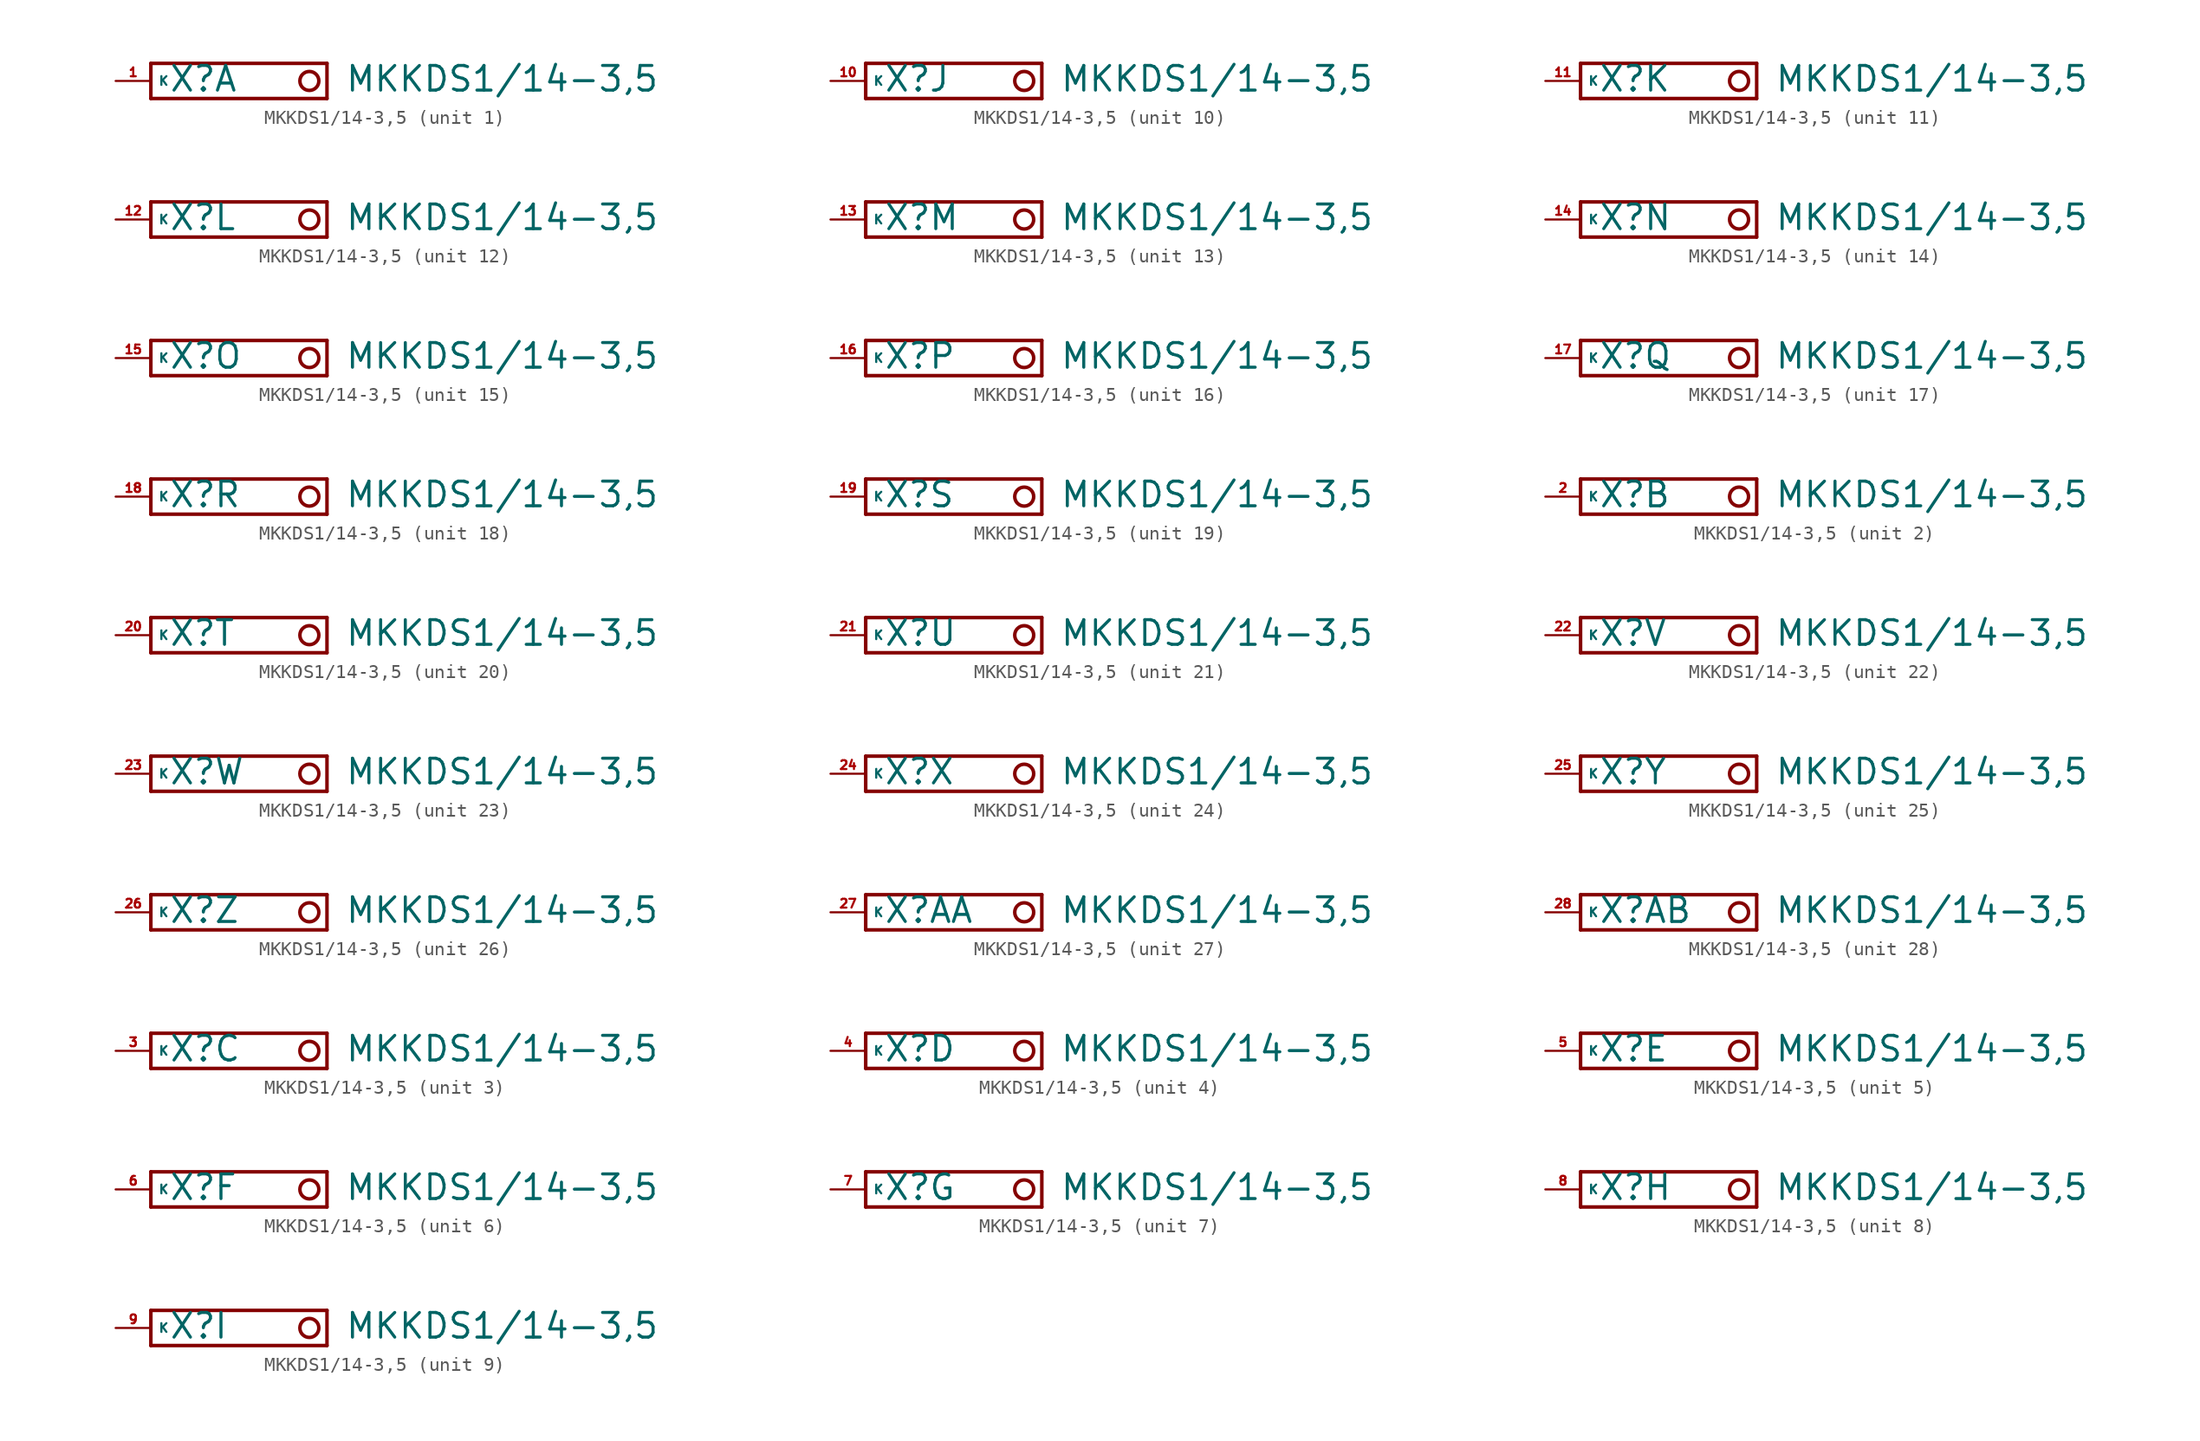
<source format=kicad_sym>
(kicad_symbol_lib
  (version 20220914)
  (generator Eagle2Kicad)
  (symbol "MKKDS1/14-3,5"
    (property "Reference" "X"
      (at 1.27 -0.889 0)
      (effects (font (size 1.778 1.778) (thickness 0.22)) (justify left bottom)))
    (property "Value" "MKKDS1/14-3,5"
      (at 13.97 -0.889 0)
      (effects (font (size 1.778 1.778) (thickness 0.22)) (justify left bottom)))
    (symbol "MKKDS1/14-3,5_1_0"
      (polyline (pts (xy 0 -1.27) (xy 0 1.27)) (stroke (width 0.254) (type default)) (fill (type none)))
      (polyline (pts (xy 12.7 -1.27) (xy 0 -1.27)) (stroke (width 0.254) (type default)) (fill (type none)))
      (polyline (pts (xy 12.7 -1.27) (xy 12.7 1.27)) (stroke (width 0.254) (type default)) (fill (type none)))
      (polyline (pts (xy 0 1.27) (xy 12.7 1.27)) (stroke (width 0.254) (type default)) (fill (type none)))
      (circle (center 11.43 0) (radius 0.684) (stroke (width 0.254) (type default)) (fill (type none)))
      (pin passive line (at -2.54 0 0) (length 2.54) (name "K" (effects (font (size 0.635 0.635) (thickness 0.08)) (justify left bottom))) (number "1" (effects (font (size 0.635 0.635) (thickness 0.08)) (justify left bottom)))))
    (symbol "MKKDS1/14-3,5_2_0"
      (polyline (pts (xy 0 -1.27) (xy 0 1.27)) (stroke (width 0.254) (type default)) (fill (type none)))
      (polyline (pts (xy 12.7 -1.27) (xy 0 -1.27)) (stroke (width 0.254) (type default)) (fill (type none)))
      (polyline (pts (xy 12.7 -1.27) (xy 12.7 1.27)) (stroke (width 0.254) (type default)) (fill (type none)))
      (polyline (pts (xy 0 1.27) (xy 12.7 1.27)) (stroke (width 0.254) (type default)) (fill (type none)))
      (circle (center 11.43 0) (radius 0.684) (stroke (width 0.254) (type default)) (fill (type none)))
      (pin passive line (at -2.54 0 0) (length 2.54) (name "K" (effects (font (size 0.635 0.635) (thickness 0.08)) (justify left bottom))) (number "2" (effects (font (size 0.635 0.635) (thickness 0.08)) (justify left bottom)))))
    (symbol "MKKDS1/14-3,5_3_0"
      (polyline (pts (xy 0 -1.27) (xy 0 1.27)) (stroke (width 0.254) (type default)) (fill (type none)))
      (polyline (pts (xy 12.7 -1.27) (xy 0 -1.27)) (stroke (width 0.254) (type default)) (fill (type none)))
      (polyline (pts (xy 12.7 -1.27) (xy 12.7 1.27)) (stroke (width 0.254) (type default)) (fill (type none)))
      (polyline (pts (xy 0 1.27) (xy 12.7 1.27)) (stroke (width 0.254) (type default)) (fill (type none)))
      (circle (center 11.43 0) (radius 0.684) (stroke (width 0.254) (type default)) (fill (type none)))
      (pin passive line (at -2.54 0 0) (length 2.54) (name "K" (effects (font (size 0.635 0.635) (thickness 0.08)) (justify left bottom))) (number "3" (effects (font (size 0.635 0.635) (thickness 0.08)) (justify left bottom)))))
    (symbol "MKKDS1/14-3,5_4_0"
      (polyline (pts (xy 0 -1.27) (xy 0 1.27)) (stroke (width 0.254) (type default)) (fill (type none)))
      (polyline (pts (xy 12.7 -1.27) (xy 0 -1.27)) (stroke (width 0.254) (type default)) (fill (type none)))
      (polyline (pts (xy 12.7 -1.27) (xy 12.7 1.27)) (stroke (width 0.254) (type default)) (fill (type none)))
      (polyline (pts (xy 0 1.27) (xy 12.7 1.27)) (stroke (width 0.254) (type default)) (fill (type none)))
      (circle (center 11.43 0) (radius 0.684) (stroke (width 0.254) (type default)) (fill (type none)))
      (pin passive line (at -2.54 0 0) (length 2.54) (name "K" (effects (font (size 0.635 0.635) (thickness 0.08)) (justify left bottom))) (number "4" (effects (font (size 0.635 0.635) (thickness 0.08)) (justify left bottom)))))
    (symbol "MKKDS1/14-3,5_5_0"
      (polyline (pts (xy 0 -1.27) (xy 0 1.27)) (stroke (width 0.254) (type default)) (fill (type none)))
      (polyline (pts (xy 12.7 -1.27) (xy 0 -1.27)) (stroke (width 0.254) (type default)) (fill (type none)))
      (polyline (pts (xy 12.7 -1.27) (xy 12.7 1.27)) (stroke (width 0.254) (type default)) (fill (type none)))
      (polyline (pts (xy 0 1.27) (xy 12.7 1.27)) (stroke (width 0.254) (type default)) (fill (type none)))
      (circle (center 11.43 0) (radius 0.684) (stroke (width 0.254) (type default)) (fill (type none)))
      (pin passive line (at -2.54 0 0) (length 2.54) (name "K" (effects (font (size 0.635 0.635) (thickness 0.08)) (justify left bottom))) (number "5" (effects (font (size 0.635 0.635) (thickness 0.08)) (justify left bottom)))))
    (symbol "MKKDS1/14-3,5_6_0"
      (polyline (pts (xy 0 -1.27) (xy 0 1.27)) (stroke (width 0.254) (type default)) (fill (type none)))
      (polyline (pts (xy 12.7 -1.27) (xy 0 -1.27)) (stroke (width 0.254) (type default)) (fill (type none)))
      (polyline (pts (xy 12.7 -1.27) (xy 12.7 1.27)) (stroke (width 0.254) (type default)) (fill (type none)))
      (polyline (pts (xy 0 1.27) (xy 12.7 1.27)) (stroke (width 0.254) (type default)) (fill (type none)))
      (circle (center 11.43 0) (radius 0.684) (stroke (width 0.254) (type default)) (fill (type none)))
      (pin passive line (at -2.54 0 0) (length 2.54) (name "K" (effects (font (size 0.635 0.635) (thickness 0.08)) (justify left bottom))) (number "6" (effects (font (size 0.635 0.635) (thickness 0.08)) (justify left bottom)))))
    (symbol "MKKDS1/14-3,5_7_0"
      (polyline (pts (xy 0 -1.27) (xy 0 1.27)) (stroke (width 0.254) (type default)) (fill (type none)))
      (polyline (pts (xy 12.7 -1.27) (xy 0 -1.27)) (stroke (width 0.254) (type default)) (fill (type none)))
      (polyline (pts (xy 12.7 -1.27) (xy 12.7 1.27)) (stroke (width 0.254) (type default)) (fill (type none)))
      (polyline (pts (xy 0 1.27) (xy 12.7 1.27)) (stroke (width 0.254) (type default)) (fill (type none)))
      (circle (center 11.43 0) (radius 0.684) (stroke (width 0.254) (type default)) (fill (type none)))
      (pin passive line (at -2.54 0 0) (length 2.54) (name "K" (effects (font (size 0.635 0.635) (thickness 0.08)) (justify left bottom))) (number "7" (effects (font (size 0.635 0.635) (thickness 0.08)) (justify left bottom)))))
    (symbol "MKKDS1/14-3,5_8_0"
      (polyline (pts (xy 0 -1.27) (xy 0 1.27)) (stroke (width 0.254) (type default)) (fill (type none)))
      (polyline (pts (xy 12.7 -1.27) (xy 0 -1.27)) (stroke (width 0.254) (type default)) (fill (type none)))
      (polyline (pts (xy 12.7 -1.27) (xy 12.7 1.27)) (stroke (width 0.254) (type default)) (fill (type none)))
      (polyline (pts (xy 0 1.27) (xy 12.7 1.27)) (stroke (width 0.254) (type default)) (fill (type none)))
      (circle (center 11.43 0) (radius 0.684) (stroke (width 0.254) (type default)) (fill (type none)))
      (pin passive line (at -2.54 0 0) (length 2.54) (name "K" (effects (font (size 0.635 0.635) (thickness 0.08)) (justify left bottom))) (number "8" (effects (font (size 0.635 0.635) (thickness 0.08)) (justify left bottom)))))
    (symbol "MKKDS1/14-3,5_9_0"
      (polyline (pts (xy 0 -1.27) (xy 0 1.27)) (stroke (width 0.254) (type default)) (fill (type none)))
      (polyline (pts (xy 12.7 -1.27) (xy 0 -1.27)) (stroke (width 0.254) (type default)) (fill (type none)))
      (polyline (pts (xy 12.7 -1.27) (xy 12.7 1.27)) (stroke (width 0.254) (type default)) (fill (type none)))
      (polyline (pts (xy 0 1.27) (xy 12.7 1.27)) (stroke (width 0.254) (type default)) (fill (type none)))
      (circle (center 11.43 0) (radius 0.684) (stroke (width 0.254) (type default)) (fill (type none)))
      (pin passive line (at -2.54 0 0) (length 2.54) (name "K" (effects (font (size 0.635 0.635) (thickness 0.08)) (justify left bottom))) (number "9" (effects (font (size 0.635 0.635) (thickness 0.08)) (justify left bottom)))))
    (symbol "MKKDS1/14-3,5_10_0"
      (polyline (pts (xy 0 -1.27) (xy 0 1.27)) (stroke (width 0.254) (type default)) (fill (type none)))
      (polyline (pts (xy 12.7 -1.27) (xy 0 -1.27)) (stroke (width 0.254) (type default)) (fill (type none)))
      (polyline (pts (xy 12.7 -1.27) (xy 12.7 1.27)) (stroke (width 0.254) (type default)) (fill (type none)))
      (polyline (pts (xy 0 1.27) (xy 12.7 1.27)) (stroke (width 0.254) (type default)) (fill (type none)))
      (circle (center 11.43 0) (radius 0.684) (stroke (width 0.254) (type default)) (fill (type none)))
      (pin passive line (at -2.54 0 0) (length 2.54) (name "K" (effects (font (size 0.635 0.635) (thickness 0.08)) (justify left bottom))) (number "10" (effects (font (size 0.635 0.635) (thickness 0.08)) (justify left bottom)))))
    (symbol "MKKDS1/14-3,5_11_0"
      (polyline (pts (xy 0 -1.27) (xy 0 1.27)) (stroke (width 0.254) (type default)) (fill (type none)))
      (polyline (pts (xy 12.7 -1.27) (xy 0 -1.27)) (stroke (width 0.254) (type default)) (fill (type none)))
      (polyline (pts (xy 12.7 -1.27) (xy 12.7 1.27)) (stroke (width 0.254) (type default)) (fill (type none)))
      (polyline (pts (xy 0 1.27) (xy 12.7 1.27)) (stroke (width 0.254) (type default)) (fill (type none)))
      (circle (center 11.43 0) (radius 0.684) (stroke (width 0.254) (type default)) (fill (type none)))
      (pin passive line (at -2.54 0 0) (length 2.54) (name "K" (effects (font (size 0.635 0.635) (thickness 0.08)) (justify left bottom))) (number "11" (effects (font (size 0.635 0.635) (thickness 0.08)) (justify left bottom)))))
    (symbol "MKKDS1/14-3,5_12_0"
      (polyline (pts (xy 0 -1.27) (xy 0 1.27)) (stroke (width 0.254) (type default)) (fill (type none)))
      (polyline (pts (xy 12.7 -1.27) (xy 0 -1.27)) (stroke (width 0.254) (type default)) (fill (type none)))
      (polyline (pts (xy 12.7 -1.27) (xy 12.7 1.27)) (stroke (width 0.254) (type default)) (fill (type none)))
      (polyline (pts (xy 0 1.27) (xy 12.7 1.27)) (stroke (width 0.254) (type default)) (fill (type none)))
      (circle (center 11.43 0) (radius 0.684) (stroke (width 0.254) (type default)) (fill (type none)))
      (pin passive line (at -2.54 0 0) (length 2.54) (name "K" (effects (font (size 0.635 0.635) (thickness 0.08)) (justify left bottom))) (number "12" (effects (font (size 0.635 0.635) (thickness 0.08)) (justify left bottom)))))
    (symbol "MKKDS1/14-3,5_13_0"
      (polyline (pts (xy 0 -1.27) (xy 0 1.27)) (stroke (width 0.254) (type default)) (fill (type none)))
      (polyline (pts (xy 12.7 -1.27) (xy 0 -1.27)) (stroke (width 0.254) (type default)) (fill (type none)))
      (polyline (pts (xy 12.7 -1.27) (xy 12.7 1.27)) (stroke (width 0.254) (type default)) (fill (type none)))
      (polyline (pts (xy 0 1.27) (xy 12.7 1.27)) (stroke (width 0.254) (type default)) (fill (type none)))
      (circle (center 11.43 0) (radius 0.684) (stroke (width 0.254) (type default)) (fill (type none)))
      (pin passive line (at -2.54 0 0) (length 2.54) (name "K" (effects (font (size 0.635 0.635) (thickness 0.08)) (justify left bottom))) (number "13" (effects (font (size 0.635 0.635) (thickness 0.08)) (justify left bottom)))))
    (symbol "MKKDS1/14-3,5_14_0"
      (polyline (pts (xy 0 -1.27) (xy 0 1.27)) (stroke (width 0.254) (type default)) (fill (type none)))
      (polyline (pts (xy 12.7 -1.27) (xy 0 -1.27)) (stroke (width 0.254) (type default)) (fill (type none)))
      (polyline (pts (xy 12.7 -1.27) (xy 12.7 1.27)) (stroke (width 0.254) (type default)) (fill (type none)))
      (polyline (pts (xy 0 1.27) (xy 12.7 1.27)) (stroke (width 0.254) (type default)) (fill (type none)))
      (circle (center 11.43 0) (radius 0.684) (stroke (width 0.254) (type default)) (fill (type none)))
      (pin passive line (at -2.54 0 0) (length 2.54) (name "K" (effects (font (size 0.635 0.635) (thickness 0.08)) (justify left bottom))) (number "14" (effects (font (size 0.635 0.635) (thickness 0.08)) (justify left bottom)))))
    (symbol "MKKDS1/14-3,5_15_0"
      (polyline (pts (xy 0 -1.27) (xy 0 1.27)) (stroke (width 0.254) (type default)) (fill (type none)))
      (polyline (pts (xy 12.7 -1.27) (xy 0 -1.27)) (stroke (width 0.254) (type default)) (fill (type none)))
      (polyline (pts (xy 12.7 -1.27) (xy 12.7 1.27)) (stroke (width 0.254) (type default)) (fill (type none)))
      (polyline (pts (xy 0 1.27) (xy 12.7 1.27)) (stroke (width 0.254) (type default)) (fill (type none)))
      (circle (center 11.43 0) (radius 0.684) (stroke (width 0.254) (type default)) (fill (type none)))
      (pin passive line (at -2.54 0 0) (length 2.54) (name "K" (effects (font (size 0.635 0.635) (thickness 0.08)) (justify left bottom))) (number "15" (effects (font (size 0.635 0.635) (thickness 0.08)) (justify left bottom)))))
    (symbol "MKKDS1/14-3,5_16_0"
      (polyline (pts (xy 0 -1.27) (xy 0 1.27)) (stroke (width 0.254) (type default)) (fill (type none)))
      (polyline (pts (xy 12.7 -1.27) (xy 0 -1.27)) (stroke (width 0.254) (type default)) (fill (type none)))
      (polyline (pts (xy 12.7 -1.27) (xy 12.7 1.27)) (stroke (width 0.254) (type default)) (fill (type none)))
      (polyline (pts (xy 0 1.27) (xy 12.7 1.27)) (stroke (width 0.254) (type default)) (fill (type none)))
      (circle (center 11.43 0) (radius 0.684) (stroke (width 0.254) (type default)) (fill (type none)))
      (pin passive line (at -2.54 0 0) (length 2.54) (name "K" (effects (font (size 0.635 0.635) (thickness 0.08)) (justify left bottom))) (number "16" (effects (font (size 0.635 0.635) (thickness 0.08)) (justify left bottom)))))
    (symbol "MKKDS1/14-3,5_17_0"
      (polyline (pts (xy 0 -1.27) (xy 0 1.27)) (stroke (width 0.254) (type default)) (fill (type none)))
      (polyline (pts (xy 12.7 -1.27) (xy 0 -1.27)) (stroke (width 0.254) (type default)) (fill (type none)))
      (polyline (pts (xy 12.7 -1.27) (xy 12.7 1.27)) (stroke (width 0.254) (type default)) (fill (type none)))
      (polyline (pts (xy 0 1.27) (xy 12.7 1.27)) (stroke (width 0.254) (type default)) (fill (type none)))
      (circle (center 11.43 0) (radius 0.684) (stroke (width 0.254) (type default)) (fill (type none)))
      (pin passive line (at -2.54 0 0) (length 2.54) (name "K" (effects (font (size 0.635 0.635) (thickness 0.08)) (justify left bottom))) (number "17" (effects (font (size 0.635 0.635) (thickness 0.08)) (justify left bottom)))))
    (symbol "MKKDS1/14-3,5_18_0"
      (polyline (pts (xy 0 -1.27) (xy 0 1.27)) (stroke (width 0.254) (type default)) (fill (type none)))
      (polyline (pts (xy 12.7 -1.27) (xy 0 -1.27)) (stroke (width 0.254) (type default)) (fill (type none)))
      (polyline (pts (xy 12.7 -1.27) (xy 12.7 1.27)) (stroke (width 0.254) (type default)) (fill (type none)))
      (polyline (pts (xy 0 1.27) (xy 12.7 1.27)) (stroke (width 0.254) (type default)) (fill (type none)))
      (circle (center 11.43 0) (radius 0.684) (stroke (width 0.254) (type default)) (fill (type none)))
      (pin passive line (at -2.54 0 0) (length 2.54) (name "K" (effects (font (size 0.635 0.635) (thickness 0.08)) (justify left bottom))) (number "18" (effects (font (size 0.635 0.635) (thickness 0.08)) (justify left bottom)))))
    (symbol "MKKDS1/14-3,5_19_0"
      (polyline (pts (xy 0 -1.27) (xy 0 1.27)) (stroke (width 0.254) (type default)) (fill (type none)))
      (polyline (pts (xy 12.7 -1.27) (xy 0 -1.27)) (stroke (width 0.254) (type default)) (fill (type none)))
      (polyline (pts (xy 12.7 -1.27) (xy 12.7 1.27)) (stroke (width 0.254) (type default)) (fill (type none)))
      (polyline (pts (xy 0 1.27) (xy 12.7 1.27)) (stroke (width 0.254) (type default)) (fill (type none)))
      (circle (center 11.43 0) (radius 0.684) (stroke (width 0.254) (type default)) (fill (type none)))
      (pin passive line (at -2.54 0 0) (length 2.54) (name "K" (effects (font (size 0.635 0.635) (thickness 0.08)) (justify left bottom))) (number "19" (effects (font (size 0.635 0.635) (thickness 0.08)) (justify left bottom)))))
    (symbol "MKKDS1/14-3,5_20_0"
      (polyline (pts (xy 0 -1.27) (xy 0 1.27)) (stroke (width 0.254) (type default)) (fill (type none)))
      (polyline (pts (xy 12.7 -1.27) (xy 0 -1.27)) (stroke (width 0.254) (type default)) (fill (type none)))
      (polyline (pts (xy 12.7 -1.27) (xy 12.7 1.27)) (stroke (width 0.254) (type default)) (fill (type none)))
      (polyline (pts (xy 0 1.27) (xy 12.7 1.27)) (stroke (width 0.254) (type default)) (fill (type none)))
      (circle (center 11.43 0) (radius 0.684) (stroke (width 0.254) (type default)) (fill (type none)))
      (pin passive line (at -2.54 0 0) (length 2.54) (name "K" (effects (font (size 0.635 0.635) (thickness 0.08)) (justify left bottom))) (number "20" (effects (font (size 0.635 0.635) (thickness 0.08)) (justify left bottom)))))
    (symbol "MKKDS1/14-3,5_21_0"
      (polyline (pts (xy 0 -1.27) (xy 0 1.27)) (stroke (width 0.254) (type default)) (fill (type none)))
      (polyline (pts (xy 12.7 -1.27) (xy 0 -1.27)) (stroke (width 0.254) (type default)) (fill (type none)))
      (polyline (pts (xy 12.7 -1.27) (xy 12.7 1.27)) (stroke (width 0.254) (type default)) (fill (type none)))
      (polyline (pts (xy 0 1.27) (xy 12.7 1.27)) (stroke (width 0.254) (type default)) (fill (type none)))
      (circle (center 11.43 0) (radius 0.684) (stroke (width 0.254) (type default)) (fill (type none)))
      (pin passive line (at -2.54 0 0) (length 2.54) (name "K" (effects (font (size 0.635 0.635) (thickness 0.08)) (justify left bottom))) (number "21" (effects (font (size 0.635 0.635) (thickness 0.08)) (justify left bottom)))))
    (symbol "MKKDS1/14-3,5_22_0"
      (polyline (pts (xy 0 -1.27) (xy 0 1.27)) (stroke (width 0.254) (type default)) (fill (type none)))
      (polyline (pts (xy 12.7 -1.27) (xy 0 -1.27)) (stroke (width 0.254) (type default)) (fill (type none)))
      (polyline (pts (xy 12.7 -1.27) (xy 12.7 1.27)) (stroke (width 0.254) (type default)) (fill (type none)))
      (polyline (pts (xy 0 1.27) (xy 12.7 1.27)) (stroke (width 0.254) (type default)) (fill (type none)))
      (circle (center 11.43 0) (radius 0.684) (stroke (width 0.254) (type default)) (fill (type none)))
      (pin passive line (at -2.54 0 0) (length 2.54) (name "K" (effects (font (size 0.635 0.635) (thickness 0.08)) (justify left bottom))) (number "22" (effects (font (size 0.635 0.635) (thickness 0.08)) (justify left bottom)))))
    (symbol "MKKDS1/14-3,5_23_0"
      (polyline (pts (xy 0 -1.27) (xy 0 1.27)) (stroke (width 0.254) (type default)) (fill (type none)))
      (polyline (pts (xy 12.7 -1.27) (xy 0 -1.27)) (stroke (width 0.254) (type default)) (fill (type none)))
      (polyline (pts (xy 12.7 -1.27) (xy 12.7 1.27)) (stroke (width 0.254) (type default)) (fill (type none)))
      (polyline (pts (xy 0 1.27) (xy 12.7 1.27)) (stroke (width 0.254) (type default)) (fill (type none)))
      (circle (center 11.43 0) (radius 0.684) (stroke (width 0.254) (type default)) (fill (type none)))
      (pin passive line (at -2.54 0 0) (length 2.54) (name "K" (effects (font (size 0.635 0.635) (thickness 0.08)) (justify left bottom))) (number "23" (effects (font (size 0.635 0.635) (thickness 0.08)) (justify left bottom)))))
    (symbol "MKKDS1/14-3,5_24_0"
      (polyline (pts (xy 0 -1.27) (xy 0 1.27)) (stroke (width 0.254) (type default)) (fill (type none)))
      (polyline (pts (xy 12.7 -1.27) (xy 0 -1.27)) (stroke (width 0.254) (type default)) (fill (type none)))
      (polyline (pts (xy 12.7 -1.27) (xy 12.7 1.27)) (stroke (width 0.254) (type default)) (fill (type none)))
      (polyline (pts (xy 0 1.27) (xy 12.7 1.27)) (stroke (width 0.254) (type default)) (fill (type none)))
      (circle (center 11.43 0) (radius 0.684) (stroke (width 0.254) (type default)) (fill (type none)))
      (pin passive line (at -2.54 0 0) (length 2.54) (name "K" (effects (font (size 0.635 0.635) (thickness 0.08)) (justify left bottom))) (number "24" (effects (font (size 0.635 0.635) (thickness 0.08)) (justify left bottom)))))
    (symbol "MKKDS1/14-3,5_25_0"
      (polyline (pts (xy 0 -1.27) (xy 0 1.27)) (stroke (width 0.254) (type default)) (fill (type none)))
      (polyline (pts (xy 12.7 -1.27) (xy 0 -1.27)) (stroke (width 0.254) (type default)) (fill (type none)))
      (polyline (pts (xy 12.7 -1.27) (xy 12.7 1.27)) (stroke (width 0.254) (type default)) (fill (type none)))
      (polyline (pts (xy 0 1.27) (xy 12.7 1.27)) (stroke (width 0.254) (type default)) (fill (type none)))
      (circle (center 11.43 0) (radius 0.684) (stroke (width 0.254) (type default)) (fill (type none)))
      (pin passive line (at -2.54 0 0) (length 2.54) (name "K" (effects (font (size 0.635 0.635) (thickness 0.08)) (justify left bottom))) (number "25" (effects (font (size 0.635 0.635) (thickness 0.08)) (justify left bottom)))))
    (symbol "MKKDS1/14-3,5_26_0"
      (polyline (pts (xy 0 -1.27) (xy 0 1.27)) (stroke (width 0.254) (type default)) (fill (type none)))
      (polyline (pts (xy 12.7 -1.27) (xy 0 -1.27)) (stroke (width 0.254) (type default)) (fill (type none)))
      (polyline (pts (xy 12.7 -1.27) (xy 12.7 1.27)) (stroke (width 0.254) (type default)) (fill (type none)))
      (polyline (pts (xy 0 1.27) (xy 12.7 1.27)) (stroke (width 0.254) (type default)) (fill (type none)))
      (circle (center 11.43 0) (radius 0.684) (stroke (width 0.254) (type default)) (fill (type none)))
      (pin passive line (at -2.54 0 0) (length 2.54) (name "K" (effects (font (size 0.635 0.635) (thickness 0.08)) (justify left bottom))) (number "26" (effects (font (size 0.635 0.635) (thickness 0.08)) (justify left bottom)))))
    (symbol "MKKDS1/14-3,5_27_0"
      (polyline (pts (xy 0 -1.27) (xy 0 1.27)) (stroke (width 0.254) (type default)) (fill (type none)))
      (polyline (pts (xy 12.7 -1.27) (xy 0 -1.27)) (stroke (width 0.254) (type default)) (fill (type none)))
      (polyline (pts (xy 12.7 -1.27) (xy 12.7 1.27)) (stroke (width 0.254) (type default)) (fill (type none)))
      (polyline (pts (xy 0 1.27) (xy 12.7 1.27)) (stroke (width 0.254) (type default)) (fill (type none)))
      (circle (center 11.43 0) (radius 0.684) (stroke (width 0.254) (type default)) (fill (type none)))
      (pin passive line (at -2.54 0 0) (length 2.54) (name "K" (effects (font (size 0.635 0.635) (thickness 0.08)) (justify left bottom))) (number "27" (effects (font (size 0.635 0.635) (thickness 0.08)) (justify left bottom)))))
    (symbol "MKKDS1/14-3,5_28_0"
      (polyline (pts (xy 0 -1.27) (xy 0 1.27)) (stroke (width 0.254) (type default)) (fill (type none)))
      (polyline (pts (xy 12.7 -1.27) (xy 0 -1.27)) (stroke (width 0.254) (type default)) (fill (type none)))
      (polyline (pts (xy 12.7 -1.27) (xy 12.7 1.27)) (stroke (width 0.254) (type default)) (fill (type none)))
      (polyline (pts (xy 0 1.27) (xy 12.7 1.27)) (stroke (width 0.254) (type default)) (fill (type none)))
      (circle (center 11.43 0) (radius 0.684) (stroke (width 0.254) (type default)) (fill (type none)))
      (pin passive line (at -2.54 0 0) (length 2.54) (name "K" (effects (font (size 0.635 0.635) (thickness 0.08)) (justify left bottom))) (number "28" (effects (font (size 0.635 0.635) (thickness 0.08)) (justify left bottom)))))))
</source>
